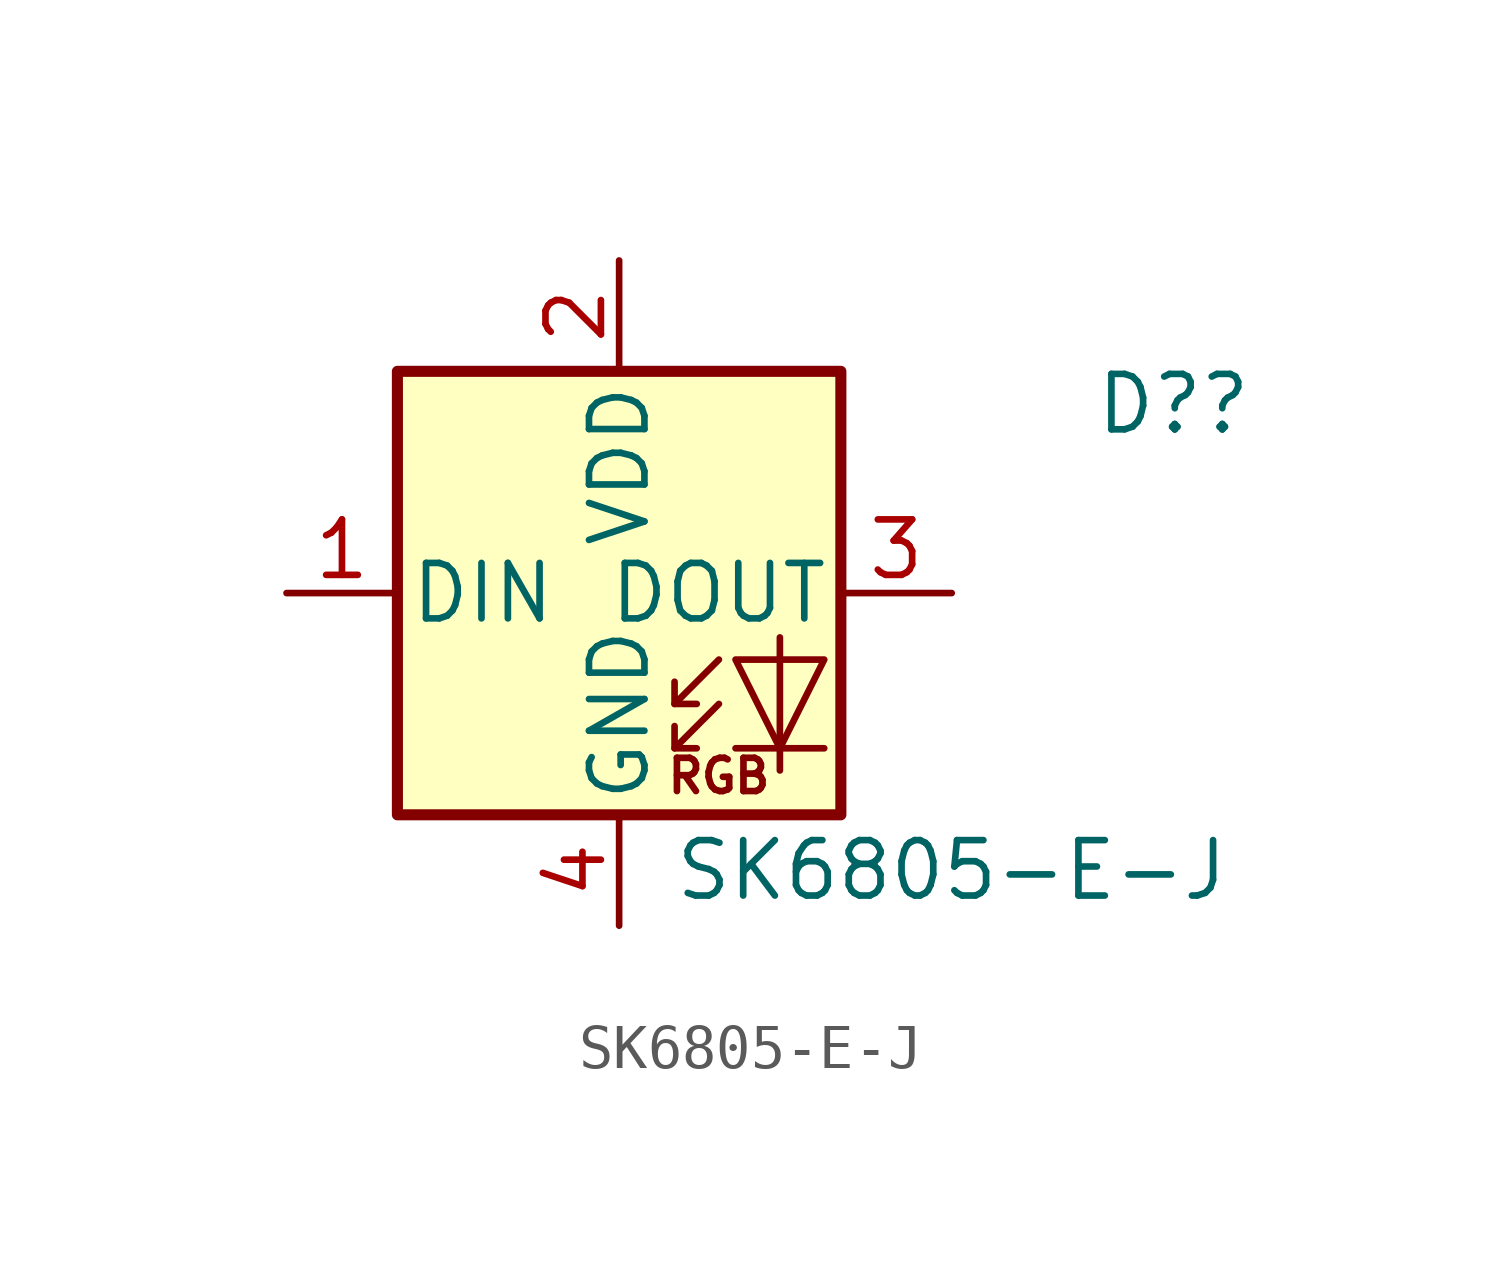
<source format=kicad_sym>
(kicad_symbol_lib
  (version 20211014)
  (generator kicad_symbol_editor)
  (symbol "SK6805-E-J"
    (pin_names
      (offset 0.254))
    (property "Reference" "D?"
      (at 12.7 4.331 0)
      (effects (font (size 1.27 1.27))))
    (property "Value" "SK6805-E-J"
      (at 7.62 -6.35 0)
      (effects (font (size 1.27 1.27))))
    (symbol "SK6805-E-J_0_0"
      (text "RGB" (at 2.286 -4.191 0) (effects (font (size 0.762 0.762)))))
    (symbol "SK6805-E-J_0_1"
      (polyline (pts (xy 1.27 -3.556) (xy 1.778 -3.556)) (stroke (width 0) (type default) (color 0 0 0 0)) (fill (type none)))
      (polyline (pts (xy 1.27 -2.54) (xy 1.778 -2.54)) (stroke (width 0) (type default) (color 0 0 0 0)) (fill (type none)))
      (polyline (pts (xy 4.699 -3.556) (xy 2.667 -3.556)) (stroke (width 0) (type default) (color 0 0 0 0)) (fill (type none)))
      (polyline (pts (xy 2.286 -2.54) (xy 1.27 -3.556) (xy 1.27 -3.048)) (stroke (width 0) (type default) (color 0 0 0 0)) (fill (type none)))
      (polyline (pts (xy 2.286 -1.524) (xy 1.27 -2.54) (xy 1.27 -2.032)) (stroke (width 0) (type default) (color 0 0 0 0)) (fill (type none)))
      (polyline (pts (xy 3.683 -1.016) (xy 3.683 -3.556) (xy 3.683 -4.064)) (stroke (width 0) (type default) (color 0 0 0 0)) (fill (type none)))
      (polyline (pts (xy 4.699 -1.524) (xy 2.667 -1.524) (xy 3.683 -3.556) (xy 4.699 -1.524)) (stroke (width 0) (type default) (color 0 0 0 0)) (fill (type none)))
      (rectangle (start 5.08 5.08) (end -5.08 -5.08) (stroke (width 0.254) (type default) (color 0 0 0 0)) (fill (type background))))
    (symbol "SK6805-E-J_1_1"
      (pin input line (at -7.62 0 0) (length 2.54) (name "DIN" (effects (font (size 1.27 1.27)))) (number "1" (effects (font (size 1.27 1.27)))))
      (pin power_in line (at 0 7.62 270) (length 2.54) (name "VDD" (effects (font (size 1.27 1.27)))) (number "2" (effects (font (size 1.27 1.27)))))
      (pin output line (at 7.62 0 180) (length 2.54) (name "DOUT" (effects (font (size 1.27 1.27)))) (number "3" (effects (font (size 1.27 1.27)))))
      (pin power_in line (at 0 -7.62 90) (length 2.54) (name "GND" (effects (font (size 1.27 1.27)))) (number "4" (effects (font (size 1.27 1.27))))))))
</source>
